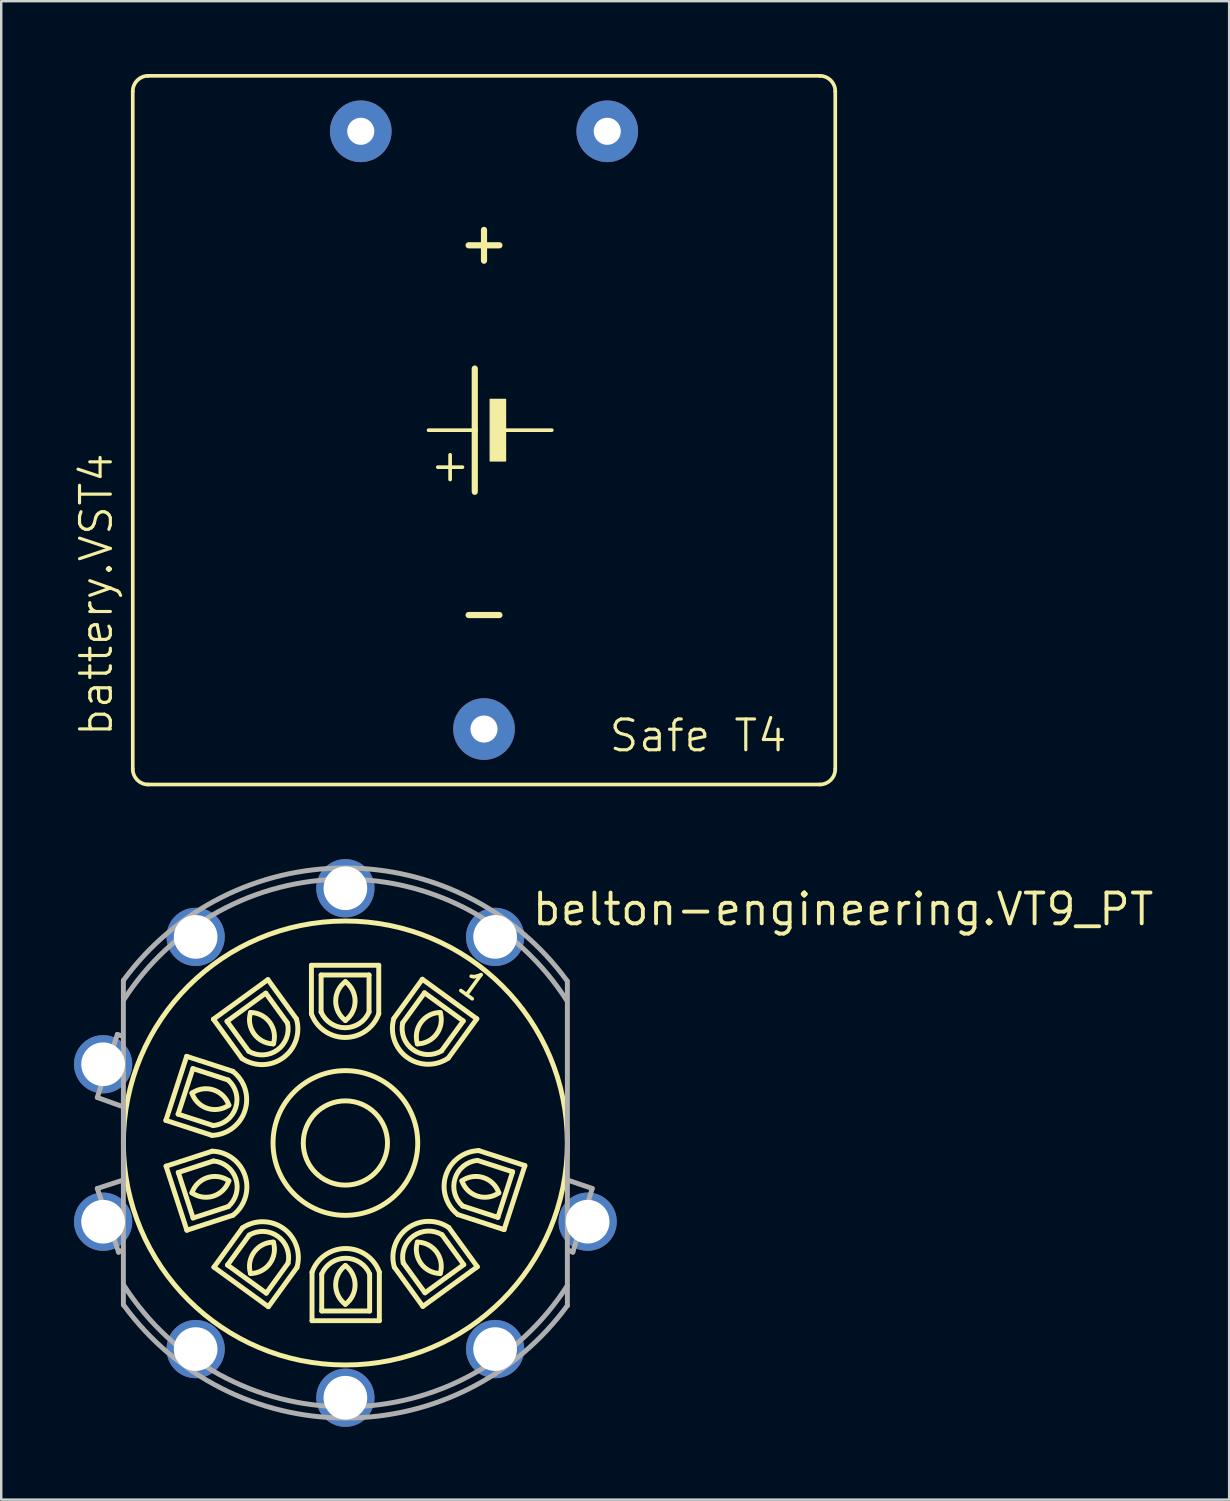
<source format=kicad_pcb>
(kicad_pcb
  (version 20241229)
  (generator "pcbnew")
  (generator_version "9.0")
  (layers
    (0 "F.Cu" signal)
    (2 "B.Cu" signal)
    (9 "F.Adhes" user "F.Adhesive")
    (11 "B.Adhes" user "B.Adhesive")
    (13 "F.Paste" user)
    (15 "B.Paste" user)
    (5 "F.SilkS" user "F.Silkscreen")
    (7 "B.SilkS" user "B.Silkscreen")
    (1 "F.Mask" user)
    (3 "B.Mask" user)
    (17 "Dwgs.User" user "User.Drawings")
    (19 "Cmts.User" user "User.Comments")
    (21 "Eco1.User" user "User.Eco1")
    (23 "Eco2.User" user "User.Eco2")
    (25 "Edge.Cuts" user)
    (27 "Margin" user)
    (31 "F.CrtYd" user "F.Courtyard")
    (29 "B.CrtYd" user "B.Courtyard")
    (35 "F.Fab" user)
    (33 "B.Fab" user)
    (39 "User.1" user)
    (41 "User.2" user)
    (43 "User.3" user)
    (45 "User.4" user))
  (footprint "belton-engineering.VT9_PT"
    (layer "F.Cu")
    (at 11.186 44.062)
    (property "Reference" "belton-engineering.VT9_PT" (at 7.62 -8.89 0) (layer "F.SilkS") (effects (font (size 1.27 1.27) (thickness 0.16)) (justify left bottom)))
    (attr through_hole)
    (fp_line (start -7.399 -0.932) (end -6.542 -3.571) (stroke (width 0.203) (type default)) (layer "F.SilkS"))
    (fp_line (start -7.399 -0.932) (end -5.497 -0.314) (stroke (width 0.203) (type default)) (layer "F.SilkS"))
    (fp_line (start -7.391 0.956) (end -5.489 0.338) (stroke (width 0.203) (type default)) (layer "F.SilkS"))
    (fp_line (start -6.895 -1.189) (end -5.445 -0.718) (stroke (width 0.203) (type default)) (layer "F.SilkS"))
    (fp_line (start -6.887 1.213) (end -6.277 3.091) (stroke (width 0.203) (type default)) (layer "F.SilkS"))
    (fp_line (start -6.542 -3.571) (end -4.639 -2.953) (stroke (width 0.203) (type default)) (layer "F.SilkS"))
    (fp_line (start -6.534 3.595) (end -7.391 0.956) (stroke (width 0.203) (type default)) (layer "F.SilkS"))
    (fp_line (start -6.534 3.595) (end -4.632 2.977) (stroke (width 0.203) (type default)) (layer "F.SilkS"))
    (fp_line (start -6.285 -3.067) (end -6.895 -1.189) (stroke (width 0.203) (type default)) (layer "F.SilkS"))
    (fp_line (start -6.277 3.091) (end -4.827 2.62) (stroke (width 0.203) (type default)) (layer "F.SilkS"))
    (fp_line (start -5.438 -5.103) (end -4.263 -3.485) (stroke (width 0.203) (type default)) (layer "F.SilkS"))
    (fp_line (start -5.438 -5.103) (end -3.193 -6.734) (stroke (width 0.203) (type default)) (layer "F.SilkS"))
    (fp_line (start -5.437 0.741) (end -6.887 1.213) (stroke (width 0.203) (type default)) (layer "F.SilkS"))
    (fp_line (start -5.418 5.118) (end -4.242 3.5) (stroke (width 0.203) (type default)) (layer "F.SilkS"))
    (fp_line (start -4.879 -5.015) (end -3.983 -3.781) (stroke (width 0.203) (type default)) (layer "F.SilkS"))
    (fp_line (start -4.859 5.029) (end -3.261 6.19) (stroke (width 0.203) (type default)) (layer "F.SilkS"))
    (fp_line (start -4.834 -2.596) (end -6.285 -3.067) (stroke (width 0.203) (type default)) (layer "F.SilkS"))
    (fp_line (start -3.963 3.796) (end -4.859 5.029) (stroke (width 0.203) (type default)) (layer "F.SilkS"))
    (fp_line (start -3.282 -6.176) (end -4.879 -5.015) (stroke (width 0.203) (type default)) (layer "F.SilkS"))
    (fp_line (start -3.261 6.19) (end -2.365 4.956) (stroke (width 0.203) (type default)) (layer "F.SilkS"))
    (fp_line (start -3.193 -6.734) (end -2.018 -5.116) (stroke (width 0.203) (type default)) (layer "F.SilkS"))
    (fp_line (start -3.173 6.749) (end -5.418 5.118) (stroke (width 0.203) (type default)) (layer "F.SilkS"))
    (fp_line (start -3.173 6.749) (end -1.997 5.131) (stroke (width 0.203) (type default)) (layer "F.SilkS"))
    (fp_line (start -2.385 -4.942) (end -3.282 -6.176) (stroke (width 0.203) (type default)) (layer "F.SilkS"))
    (fp_line (start -1.4 -7.325) (end -1.4 -5.325) (stroke (width 0.203) (type default)) (layer "F.SilkS"))
    (fp_line (start -1.4 -7.325) (end 1.375 -7.325) (stroke (width 0.203) (type default)) (layer "F.SilkS"))
    (fp_line (start -1.375 7.325) (end -1.375 5.325) (stroke (width 0.203) (type default)) (layer "F.SilkS"))
    (fp_line (start -1 -6.925) (end -1 -5.4) (stroke (width 0.203) (type default)) (layer "F.SilkS"))
    (fp_line (start -0.975 6.925) (end 1 6.925) (stroke (width 0.203) (type default)) (layer "F.SilkS"))
    (fp_line (start -0.975 5.4) (end -0.975 6.925) (stroke (width 0.203) (type default)) (layer "F.SilkS"))
    (fp_line (start 0.975 -6.925) (end -1 -6.925) (stroke (width 0.203) (type default)) (layer "F.SilkS"))
    (fp_line (start 0.975 -5.4) (end 0.975 -6.925) (stroke (width 0.203) (type default)) (layer "F.SilkS"))
    (fp_line (start 1 6.925) (end 1 5.4) (stroke (width 0.203) (type default)) (layer "F.SilkS"))
    (fp_line (start 1.375 -7.325) (end 1.375 -5.325) (stroke (width 0.203) (type default)) (layer "F.SilkS"))
    (fp_line (start 1.4 7.325) (end -1.375 7.325) (stroke (width 0.203) (type default)) (layer "F.SilkS"))
    (fp_line (start 1.4 7.325) (end 1.4 5.325) (stroke (width 0.203) (type default)) (layer "F.SilkS"))
    (fp_line (start 2.385 4.942) (end 3.281 6.175) (stroke (width 0.203) (type default)) (layer "F.SilkS"))
    (fp_line (start 3.173 -6.749) (end 1.997 -5.131) (stroke (width 0.203) (type default)) (layer "F.SilkS"))
    (fp_line (start 3.173 -6.749) (end 5.418 -5.118) (stroke (width 0.203) (type default)) (layer "F.SilkS"))
    (fp_line (start 3.193 6.734) (end 2.017 5.116) (stroke (width 0.203) (type default)) (layer "F.SilkS"))
    (fp_line (start 3.261 -6.19) (end 2.365 -4.956) (stroke (width 0.203) (type default)) (layer "F.SilkS"))
    (fp_line (start 3.281 6.175) (end 4.879 5.014) (stroke (width 0.203) (type default)) (layer "F.SilkS"))
    (fp_line (start 3.963 -3.796) (end 4.859 -5.029) (stroke (width 0.203) (type default)) (layer "F.SilkS"))
    (fp_line (start 4.834 2.596) (end 6.285 3.067) (stroke (width 0.203) (type default)) (layer "F.SilkS"))
    (fp_line (start 4.859 -5.029) (end 3.261 -6.19) (stroke (width 0.203) (type default)) (layer "F.SilkS"))
    (fp_line (start 4.879 5.014) (end 3.983 3.781) (stroke (width 0.203) (type default)) (layer "F.SilkS"))
    (fp_line (start 5.418 -5.118) (end 4.242 -3.5) (stroke (width 0.203) (type default)) (layer "F.SilkS"))
    (fp_line (start 5.438 5.103) (end 3.193 6.734) (stroke (width 0.203) (type default)) (layer "F.SilkS"))
    (fp_line (start 5.438 5.103) (end 4.263 3.485) (stroke (width 0.203) (type default)) (layer "F.SilkS"))
    (fp_line (start 6.285 3.067) (end 6.895 1.189) (stroke (width 0.203) (type default)) (layer "F.SilkS"))
    (fp_line (start 6.541 3.571) (end 4.639 2.953) (stroke (width 0.203) (type default)) (layer "F.SilkS"))
    (fp_line (start 6.895 1.189) (end 5.444 0.718) (stroke (width 0.203) (type default)) (layer "F.SilkS"))
    (fp_line (start 7.399 0.932) (end 5.497 0.314) (stroke (width 0.203) (type default)) (layer "F.SilkS"))
    (fp_line (start 7.399 0.932) (end 6.541 3.571) (stroke (width 0.203) (type default)) (layer "F.SilkS"))
    (fp_arc (start -6.3245 -2.0549) (mid -5.439954 -2.18842) (end -4.8028 -1.5605) (stroke (width 0.2032) (type default)) (layer "F.SilkS"))
    (fp_arc (start -6.3244 2.0549) (mid -5.687246 1.42698) (end -4.8027 1.5605) (stroke (width 0.2032) (type default)) (layer "F.SilkS"))
    (fp_arc (start -5.4892 0.3377) (mid -4.133045 1.355959) (end -4.6316 2.9769) (stroke (width 0.2032) (type default)) (layer "F.SilkS"))
    (fp_arc (start -5.4369 0.7414) (mid -4.513481 1.479661) (end -4.8266 2.6197) (stroke (width 0.2032) (type default)) (layer "F.SilkS"))
    (fp_arc (start -4.8344 -2.5959) (mid -4.521281 -1.455861) (end -5.4447 -0.7176) (stroke (width 0.2032) (type default)) (layer "F.SilkS"))
    (fp_arc (start -4.8028 -1.5605) (mid -5.687346 -1.42698) (end -6.3245 -2.0549) (stroke (width 0.2032) (type default)) (layer "F.SilkS"))
    (fp_arc (start -4.8027 1.5605) (mid -5.439854 2.18842) (end -6.3244 2.0549) (stroke (width 0.2032) (type default)) (layer "F.SilkS"))
    (fp_arc (start -4.6394 -2.9532) (mid -4.140829 -1.332305) (end -5.4969 -0.314) (stroke (width 0.2032) (type default)) (layer "F.SilkS"))
    (fp_arc (start -4.2423 3.4997) (mid -2.546623 3.526379) (end -1.9972 5.1308) (stroke (width 0.2032) (type default)) (layer "F.SilkS"))
    (fp_arc (start -3.9627 3.7956) (mid -2.781708 3.850065) (end -2.3649 4.9564) (stroke (width 0.2032) (type default)) (layer "F.SilkS"))
    (fp_arc (start -3.9087 -5.3799) (mid -3.11466 -4.967974) (end -2.9683 -4.0855) (stroke (width 0.2032) (type default)) (layer "F.SilkS"))
    (fp_arc (start -3.9087 5.3799) (mid -3.76227 4.497415) (end -2.9682 4.0855) (stroke (width 0.2032) (type default)) (layer "F.SilkS"))
    (fp_arc (start -2.9683 -4.0855) (mid -3.76234 -4.497426) (end -3.9087 -5.3799) (stroke (width 0.2032) (type default)) (layer "F.SilkS"))
    (fp_arc (start -2.9682 4.0855) (mid -3.11459 4.968014) (end -3.9087 5.3799) (stroke (width 0.2032) (type default)) (layer "F.SilkS"))
    (fp_arc (start -2.3852 -4.9417) (mid -2.802008 -3.835365) (end -3.983 -3.7809) (stroke (width 0.2032) (type default)) (layer "F.SilkS"))
    (fp_arc (start -2.0175 -5.1162) (mid -2.566882 -3.511827) (end -4.2625 -3.4851) (stroke (width 0.2032) (type default)) (layer "F.SilkS"))
    (fp_arc (start -1.375 5.3248) (mid 0.0125 4.349761) (end 1.4 5.3248) (stroke (width 0.2032) (type default)) (layer "F.SilkS"))
    (fp_arc (start -0.9748 5.3999) (mid 0.012567 4.749839) (end 1 5.3998) (stroke (width 0.2032) (type default)) (layer "F.SilkS"))
    (fp_arc (start 0 -6.65) (mid 0.40032 -5.85) (end 0 -5.05) (stroke (width 0.2032) (type default)) (layer "F.SilkS"))
    (fp_arc (start 0 -5.05) (mid -0.40032 -5.85) (end 0 -6.65) (stroke (width 0.2032) (type default)) (layer "F.SilkS"))
    (fp_arc (start 0 5.0499) (mid 0.40036 5.8499) (end 0 6.6499) (stroke (width 0.2032) (type default)) (layer "F.SilkS"))
    (fp_arc (start 0 6.6499) (mid -0.40028 5.8499) (end 0 5.0499) (stroke (width 0.2032) (type default)) (layer "F.SilkS"))
    (fp_arc (start 0.975 -5.4) (mid -0.0125 -4.749927) (end -1 -5.4) (stroke (width 0.2032) (type default)) (layer "F.SilkS"))
    (fp_arc (start 1.375 -5.325) (mid -0.0125 -4.349961) (end -1.4 -5.325) (stroke (width 0.2032) (type default)) (layer "F.SilkS"))
    (fp_arc (start 2.0174 5.1161) (mid 2.566764 3.511596) (end 4.2625 3.4849) (stroke (width 0.2032) (type default)) (layer "F.SilkS"))
    (fp_arc (start 2.3852 4.9416) (mid 2.801998 3.835245) (end 3.983 3.7807) (stroke (width 0.2032) (type default)) (layer "F.SilkS"))
    (fp_arc (start 2.9683 -4.0855) (mid 3.11466 -4.967974) (end 3.9087 -5.3799) (stroke (width 0.2032) (type default)) (layer "F.SilkS"))
    (fp_arc (start 2.9683 4.0854) (mid 3.76234 4.497326) (end 3.9087 5.3798) (stroke (width 0.2032) (type default)) (layer "F.SilkS"))
    (fp_arc (start 3.9087 -5.3799) (mid 3.76234 -4.497426) (end 2.9683 -4.0855) (stroke (width 0.2032) (type default)) (layer "F.SilkS"))
    (fp_arc (start 3.9087 5.3798) (mid 3.1147 4.967845) (end 2.9683 4.0854) (stroke (width 0.2032) (type default)) (layer "F.SilkS"))
    (fp_arc (start 3.9628 -3.7956) (mid 2.781808 -3.850065) (end 2.365 -4.9564) (stroke (width 0.2032) (type default)) (layer "F.SilkS"))
    (fp_arc (start 4.2423 -3.4998) (mid 2.546682 -3.526527) (end 1.9973 -5.1309) (stroke (width 0.2032) (type default)) (layer "F.SilkS"))
    (fp_arc (start 4.6392 2.9532) (mid 4.140532 1.332184) (end 5.4968 0.3139) (stroke (width 0.2032) (type default)) (layer "F.SilkS"))
    (fp_arc (start 4.8027 1.5604) (mid 5.687191 1.42692) (end 6.3243 2.0548) (stroke (width 0.2032) (type default)) (layer "F.SilkS"))
    (fp_arc (start 4.8342 2.5958) (mid 4.521142 1.455781) (end 5.4445 0.7175) (stroke (width 0.2032) (type default)) (layer "F.SilkS"))
    (fp_arc (start 6.3243 2.0548) (mid 5.439822 2.18824) (end 4.8027 1.5604) (stroke (width 0.2032) (type default)) (layer "F.SilkS"))
    (fp_circle (center 0 0) (end 1.736 0) (stroke (width 0.203) (type default)) (fill no) (layer "F.SilkS"))
    (fp_circle (center 0 0) (end 2.982 0) (stroke (width 0.203) (type default)) (fill no) (layer "F.SilkS"))
    (fp_circle (center 0 0) (end 9.15 0) (stroke (width 0.203) (type default)) (fill no) (layer "F.SilkS"))
    (fp_line (start -10.225 -1.875) (end -9.4 -4.475) (stroke (width 0.203) (type default)) (layer "F.Fab"))
    (fp_line (start -10.225 1.875) (end -9.35 4.5) (stroke (width 0.203) (type default)) (layer "F.Fab"))
    (fp_line (start -9.4 -4.475) (end -9.175 -4.4) (stroke (width 0.203) (type default)) (layer "F.Fab"))
    (fp_line (start -9.35 4.5) (end -9.2 4.425) (stroke (width 0.203) (type default)) (layer "F.Fab"))
    (fp_line (start -9.25 -1.525) (end -10.225 -1.875) (stroke (width 0.203) (type default)) (layer "F.Fab"))
    (fp_line (start -9.15 -6.7) (end -9.15 1.525) (stroke (width 0.203) (type default)) (layer "F.Fab"))
    (fp_line (start -9.15 1.525) (end -10.225 1.875) (stroke (width 0.203) (type default)) (layer "F.Fab"))
    (fp_line (start -9.15 1.525) (end -9.15 6.675) (stroke (width 0.203) (type default)) (layer "F.Fab"))
    (fp_line (start 9.15 1.525) (end 9.15 -6.675) (stroke (width 0.203) (type default)) (layer "F.Fab"))
    (fp_line (start 9.15 1.525) (end 10.175 1.875) (stroke (width 0.203) (type default)) (layer "F.Fab"))
    (fp_line (start 9.15 4.4) (end 9.15 1.525) (stroke (width 0.203) (type default)) (layer "F.Fab"))
    (fp_line (start 9.15 6.7) (end 9.15 4.4) (stroke (width 0.203) (type default)) (layer "F.Fab"))
    (fp_line (start 9.375 4.5) (end 9.15 4.4) (stroke (width 0.203) (type default)) (layer "F.Fab"))
    (fp_line (start 10.175 1.875) (end 9.375 4.5) (stroke (width 0.203) (type default)) (layer "F.Fab"))
    (fp_arc (start -9.15 -6.7) (mid -0.0125 -11.335775) (end 9.125 -6.7) (stroke (width 0.2032) (type default)) (layer "F.Fab"))
    (fp_arc (start -9.15 -5.875) (mid -0.0125 -10.874719) (end 9.125 -5.875) (stroke (width 0.2032) (type default)) (layer "F.Fab"))
    (fp_arc (start 9.15 5.875) (mid 0.0125 10.874719) (end -9.125 5.875) (stroke (width 0.2032) (type default)) (layer "F.Fab"))
    (fp_arc (start 9.15 6.7) (mid 0.0125 11.335775) (end -9.125 6.7) (stroke (width 0.2032) (type default)) (layer "F.Fab"))
    (fp_text user "1" (at 4.445 -6.35 324) (layer "F.SilkS") (effects (font (size 1.016 1.016) (thickness 0.15)) (justify left bottom)))
    (pad "1" thru_hole circle (at 6.172 -8.495 252) (size 2.4 2.4) (drill 1.8) (layers "*.Cu" "*.Mask"))
    (pad "2" thru_hole circle (at 0 -10.5) (size 2.4 2.4) (drill 1.8) (layers "*.Cu" "*.Mask"))
    (pad "3" thru_hole circle (at -6.172 -8.495 36) (size 2.4 2.4) (drill 1.8) (layers "*.Cu" "*.Mask"))
    (pad "4" thru_hole circle (at -9.986 -3.245 72) (size 2.4 2.4) (drill 1.8) (layers "*.Cu" "*.Mask"))
    (pad "5" thru_hole circle (at -9.986 3.245 108) (size 2.4 2.4) (drill 1.8) (layers "*.Cu" "*.Mask"))
    (pad "6" thru_hole circle (at -6.172 8.495 144) (size 2.4 2.4) (drill 1.8) (layers "*.Cu" "*.Mask"))
    (pad "7" thru_hole circle (at 0 10.5 180) (size 2.4 2.4) (drill 1.8) (layers "*.Cu" "*.Mask"))
    (pad "8" thru_hole circle (at 6.172 8.495 216) (size 2.4 2.4) (drill 1.8) (layers "*.Cu" "*.Mask"))
    (pad "9" thru_hole circle (at 9.986 3.244 252) (size 2.4 2.4) (drill 1.8) (layers "*.Cu" "*.Mask")))
  (footprint "battery.VST4"
    (layer "F.Cu")
    (at 16.9 14.681)
    (property "Reference" "battery.VST4" (at -15.24 12.7 90) (layer "F.SilkS") (effects (font (size 1.27 1.27) (thickness 0.13)) (justify left bottom)))
    (attr through_hole)
    (fp_line (start -14.478 13.97) (end -14.478 -13.97) (stroke (width 0.152) (type default)) (layer "F.SilkS"))
    (fp_line (start -13.843 -14.605) (end 13.843 -14.605) (stroke (width 0.152) (type default)) (layer "F.SilkS"))
    (fp_line (start -13.843 14.605) (end 13.843 14.605) (stroke (width 0.152) (type default)) (layer "F.SilkS"))
    (fp_line (start -1.397 2.032) (end -1.397 1.016) (stroke (width 0.152) (type default)) (layer "F.SilkS"))
    (fp_line (start -0.889 1.524) (end -1.905 1.524) (stroke (width 0.152) (type default)) (layer "F.SilkS"))
    (fp_line (start -0.635 -7.62) (end 0.635 -7.62) (stroke (width 0.254) (type default)) (layer "F.SilkS"))
    (fp_line (start -0.635 7.62) (end 0.635 7.62) (stroke (width 0.254) (type default)) (layer "F.SilkS"))
    (fp_line (start -0.381 0) (end -2.286 0) (stroke (width 0.152) (type default)) (layer "F.SilkS"))
    (fp_line (start -0.381 0) (end -0.381 -2.54) (stroke (width 0.254) (type default)) (layer "F.SilkS"))
    (fp_line (start -0.381 2.54) (end -0.381 0) (stroke (width 0.254) (type default)) (layer "F.SilkS"))
    (fp_line (start 0 -8.255) (end 0 -6.985) (stroke (width 0.254) (type default)) (layer "F.SilkS"))
    (fp_line (start 2.794 0) (end 0.889 0) (stroke (width 0.152) (type default)) (layer "F.SilkS"))
    (fp_line (start 14.478 -13.97) (end 14.478 13.97) (stroke (width 0.152) (type default)) (layer "F.SilkS"))
    (fp_rect (start 0.254 1.27) (end 0.889 -1.27) (stroke (width 0.05) (type default)) (fill yes) (layer "F.SilkS"))
    (fp_arc (start -14.478 -13.97) (mid -14.292013 -14.419013) (end -13.843 -14.605) (stroke (width 0.1524) (type default)) (layer "F.SilkS"))
    (fp_arc (start -13.843 14.605) (mid -14.292013 14.419013) (end -14.478 13.97) (stroke (width 0.1524) (type default)) (layer "F.SilkS"))
    (fp_arc (start 13.843 -14.605) (mid 14.292013 -14.419013) (end 14.478 -13.97) (stroke (width 0.1524) (type default)) (layer "F.SilkS"))
    (fp_arc (start 14.478 13.97) (mid 14.292013 14.419013) (end 13.843 14.605) (stroke (width 0.1524) (type default)) (layer "F.SilkS"))
    (fp_text user "Safe T4" (at 5.08 13.335 0) (layer "F.SilkS") (effects (font (size 1.27 1.27) (thickness 0.13)) (justify left bottom)))
    (pad "+" thru_hole circle (at 5.08 -12.319) (size 2.54 2.54) (drill 1.118) (layers "*.Cu" "*.Mask"))
    (pad "+@1" thru_hole circle (at -5.08 -12.319) (size 2.54 2.54) (drill 1.118) (layers "*.Cu" "*.Mask"))
    (pad "-" thru_hole circle (at 0 12.319) (size 2.54 2.54) (drill 1.118) (layers "*.Cu" "*.Mask")))
  (gr_rect
    (start -3 -3)
    (end 47.613 58.762)
    (stroke (width 0.1) (type default))
    (fill no)
    (layer "Edge.Cuts")))
</source>
